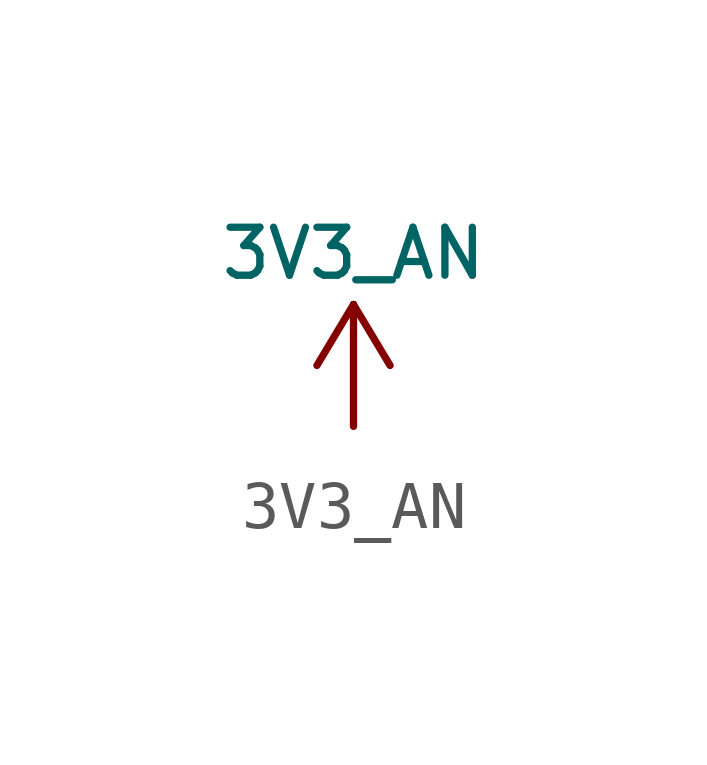
<source format=kicad_sym>
(kicad_symbol_lib
  (version 20241209)
  (generator "kicad_symbol_editor")
  (generator_version "9.0")
  (symbol "3V3_AN"
    (power)
    (pin_names
      (offset 0))
    (property "Reference" "#PWR?"
      (at 0 -3.81 0)
      (effects (font (size 1.27 1.27)) (hide yes)))
    (property "Value" "3V3_AN"
      (at 0 3.605 0)
      (effects (font (size 1 1))))
    (symbol "3V3_AN_0_1"
      (polyline (pts (xy -0.762 1.27) (xy 0 2.54)) (stroke (width 0) (type default)) (fill (type none)))
      (polyline (pts (xy 0 2.54) (xy 0.762 1.27)) (stroke (width 0) (type default)) (fill (type none)))
      (polyline (pts (xy 0 0) (xy 0 2.54)) (stroke (width 0) (type default)) (fill (type none))))
    (symbol "3V3_AN_1_1"
      (pin power_in line (at 0 0 90) (length 0) (hide yes) (name "3V3_AN" (effects (font (size 1.27 1.27)))) (number "1" (effects (font (size 1.27 1.27))))))))
</source>
